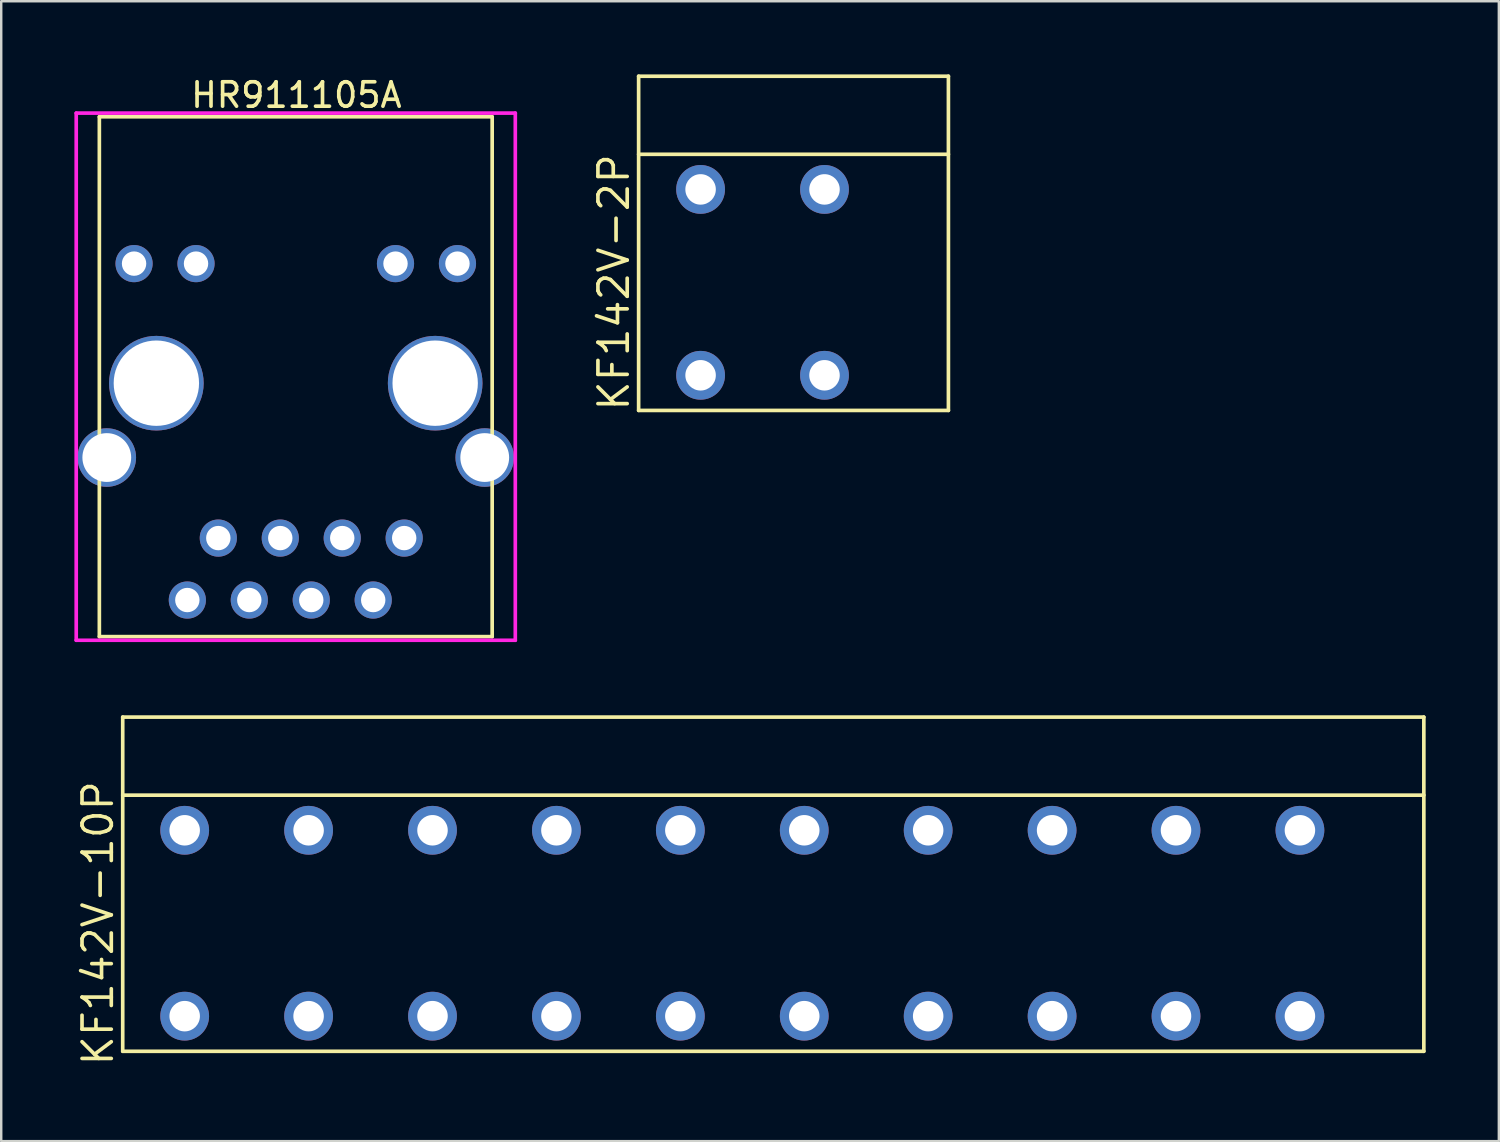
<source format=kicad_pcb>
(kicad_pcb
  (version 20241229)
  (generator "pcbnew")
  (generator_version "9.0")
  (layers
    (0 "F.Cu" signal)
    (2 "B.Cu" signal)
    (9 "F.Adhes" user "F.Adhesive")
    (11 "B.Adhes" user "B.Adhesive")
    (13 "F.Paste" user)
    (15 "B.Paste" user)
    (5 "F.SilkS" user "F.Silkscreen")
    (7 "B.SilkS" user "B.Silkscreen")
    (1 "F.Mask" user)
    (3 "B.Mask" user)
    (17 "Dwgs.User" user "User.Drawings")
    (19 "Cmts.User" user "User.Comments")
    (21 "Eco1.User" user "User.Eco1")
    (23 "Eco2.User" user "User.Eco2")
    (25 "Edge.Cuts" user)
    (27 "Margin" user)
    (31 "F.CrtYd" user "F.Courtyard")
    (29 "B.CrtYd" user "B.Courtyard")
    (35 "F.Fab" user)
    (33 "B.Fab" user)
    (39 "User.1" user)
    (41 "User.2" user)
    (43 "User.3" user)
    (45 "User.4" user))
  (footprint "KF142V-2P"
    (layer "F.Cu")
    (at 28.211 8.525)
    (property "Reference" "KF142V-2P" (at -6.096 0 90) (layer "F.SilkS") (effects (font (size 1.2 1.2) (thickness 0.15))))
    (attr through_hole)
    (fp_line (start -5.08 -8.45) (end -5.08 5.25) (stroke (width 0.15) (type solid)) (layer "F.SilkS"))
    (fp_line (start 7.62 -8.45) (end -5.08 -8.45) (stroke (width 0.15) (type solid)) (layer "F.SilkS"))
    (fp_line (start 7.62 -8.45) (end 7.62 5.25) (stroke (width 0.15) (type solid)) (layer "F.SilkS"))
    (fp_line (start 7.62 -5.25) (end -5.08 -5.25) (stroke (width 0.15) (type solid)) (layer "F.SilkS"))
    (fp_line (start 7.62 5.25) (end -5.08 5.25) (stroke (width 0.15) (type solid)) (layer "F.SilkS"))
    (pad "1" thru_hole circle (at -2.54 3.81) (size 2 2) (drill 1.25) (layers "*.Cu" "*.Mask"))
    (pad "2" thru_hole circle (at -2.54 -3.81) (size 2 2) (drill 1.25) (layers "*.Cu" "*.Mask"))
    (pad "3" thru_hole circle (at 2.54 3.81) (size 2 2) (drill 1.25) (layers "*.Cu" "*.Mask"))
    (pad "4" thru_hole circle (at 2.54 -3.81) (size 2 2) (drill 1.25) (layers "*.Cu" "*.Mask")))
  (footprint "HR911105A"
    (layer "F.Cu")
    (at 9.075 21.549)
    (property "Reference" "HR911105A" (at 0.025 -20.701 0) (layer "F.SilkS") (effects (font (size 1 1) (thickness 0.15))))
    (attr through_hole)
    (fp_line (start -8.052 -19.812) (end -8.052 1.499) (stroke (width 0.15) (type solid)) (layer "F.SilkS"))
    (fp_line (start -8.052 -19.812) (end 8.052 -19.812) (stroke (width 0.15) (type solid)) (layer "F.SilkS"))
    (fp_line (start -8.052 1.499) (end 8.052 1.499) (stroke (width 0.15) (type solid)) (layer "F.SilkS"))
    (fp_line (start 8.052 -19.812) (end 8.052 1.499) (stroke (width 0.15) (type solid)) (layer "F.SilkS"))
    (fp_line (start -9 -19.962) (end -9 1.649) (stroke (width 0.15) (type solid)) (layer "F.CrtYd"))
    (fp_line (start -9 -19.962) (end 9 -19.962) (stroke (width 0.15) (type solid)) (layer "F.CrtYd"))
    (fp_line (start -9 1.649) (end 9 1.649) (stroke (width 0.15) (type solid)) (layer "F.CrtYd"))
    (fp_line (start 9 -19.962) (end 9 1.649) (stroke (width 0.15) (type solid)) (layer "F.CrtYd"))
    (pad "1" thru_hole circle (at 4.445 -2.54) (size 1.524 1.524) (drill 1) (layers "*.Cu" "*.Mask"))
    (pad "2" thru_hole circle (at 3.175 0) (size 1.524 1.524) (drill 1) (layers "*.Cu" "*.Mask"))
    (pad "3" thru_hole circle (at 1.905 -2.54) (size 1.524 1.524) (drill 1) (layers "*.Cu" "*.Mask"))
    (pad "4" thru_hole circle (at 0.635 0) (size 1.524 1.524) (drill 1) (layers "*.Cu" "*.Mask"))
    (pad "5" thru_hole circle (at -0.635 -2.54) (size 1.524 1.524) (drill 1) (layers "*.Cu" "*.Mask"))
    (pad "6" thru_hole circle (at -1.905 0) (size 1.524 1.524) (drill 1) (layers "*.Cu" "*.Mask"))
    (pad "7" thru_hole circle (at -3.175 -2.54) (size 1.524 1.524) (drill 1) (layers "*.Cu" "*.Mask"))
    (pad "8" thru_hole circle (at -4.445 0) (size 1.524 1.524) (drill 1) (layers "*.Cu" "*.Mask"))
    (pad "13" thru_hole circle (at -7.747 -5.842) (size 2.4 2.4) (drill 2) (layers "*.Cu" "*.Mask"))
    (pad "13" thru_hole circle (at -5.715 -8.89) (size 3.88 3.88) (drill 3.5) (layers "*.Cu" "*.Mask"))
    (pad "13" thru_hole circle (at 5.715 -8.89) (size 3.88 3.88) (drill 3.5) (layers "*.Cu" "*.Mask"))
    (pad "13" thru_hole circle (at 7.747 -5.842) (size 2.4 2.4) (drill 2) (layers "*.Cu" "*.Mask"))
    (pad "GA" thru_hole circle (at 6.629 -13.792) (size 1.524 1.524) (drill 1) (layers "*.Cu" "*.Mask"))
    (pad "GK" thru_hole circle (at 4.089 -13.792) (size 1.524 1.524) (drill 1) (layers "*.Cu" "*.Mask"))
    (pad "YA" thru_hole circle (at -6.629 -13.792) (size 1.524 1.524) (drill 1) (layers "*.Cu" "*.Mask"))
    (pad "YK" thru_hole circle (at -4.089 -13.792) (size 1.524 1.524) (drill 1) (layers "*.Cu" "*.Mask")))
  (footprint "KF142V-10P"
    (layer "F.Cu")
    (at 27.381 34.798)
    (property "Reference" "KF142V-10P" (at -26.416 0 90) (layer "F.SilkS") (effects (font (size 1.2 1.2) (thickness 0.15))))
    (attr through_hole)
    (fp_line (start -25.4 -8.45) (end -25.4 5.25) (stroke (width 0.15) (type solid)) (layer "F.SilkS"))
    (fp_line (start -25.4 -8.45) (end 27.94 -8.45) (stroke (width 0.15) (type solid)) (layer "F.SilkS"))
    (fp_line (start -25.4 -5.25) (end 27.94 -5.25) (stroke (width 0.15) (type solid)) (layer "F.SilkS"))
    (fp_line (start -25.4 5.25) (end 27.94 5.25) (stroke (width 0.15) (type solid)) (layer "F.SilkS"))
    (fp_line (start 27.94 -8.45) (end 27.94 5.25) (stroke (width 0.15) (type solid)) (layer "F.SilkS"))
    (pad "1" thru_hole circle (at -22.86 3.81) (size 2 2) (drill 1.25) (layers "*.Cu" "*.Mask"))
    (pad "2" thru_hole circle (at -22.86 -3.81) (size 2 2) (drill 1.25) (layers "*.Cu" "*.Mask"))
    (pad "3" thru_hole circle (at -17.78 3.81) (size 2 2) (drill 1.25) (layers "*.Cu" "*.Mask"))
    (pad "4" thru_hole circle (at -17.78 -3.81) (size 2 2) (drill 1.25) (layers "*.Cu" "*.Mask"))
    (pad "5" thru_hole circle (at -12.7 3.81) (size 2 2) (drill 1.25) (layers "*.Cu" "*.Mask"))
    (pad "6" thru_hole circle (at -12.7 -3.81) (size 2 2) (drill 1.25) (layers "*.Cu" "*.Mask"))
    (pad "7" thru_hole circle (at -7.62 3.81) (size 2 2) (drill 1.25) (layers "*.Cu" "*.Mask"))
    (pad "8" thru_hole circle (at -7.62 -3.81) (size 2 2) (drill 1.25) (layers "*.Cu" "*.Mask"))
    (pad "9" thru_hole circle (at -2.54 3.81) (size 2 2) (drill 1.25) (layers "*.Cu" "*.Mask"))
    (pad "10" thru_hole circle (at -2.54 -3.81) (size 2 2) (drill 1.25) (layers "*.Cu" "*.Mask"))
    (pad "11" thru_hole circle (at 2.54 3.81) (size 2 2) (drill 1.25) (layers "*.Cu" "*.Mask"))
    (pad "12" thru_hole circle (at 2.54 -3.81) (size 2 2) (drill 1.25) (layers "*.Cu" "*.Mask"))
    (pad "13" thru_hole circle (at 7.62 3.81) (size 2 2) (drill 1.25) (layers "*.Cu" "*.Mask"))
    (pad "14" thru_hole circle (at 7.62 -3.81) (size 2 2) (drill 1.25) (layers "*.Cu" "*.Mask"))
    (pad "15" thru_hole circle (at 12.7 3.81) (size 2 2) (drill 1.25) (layers "*.Cu" "*.Mask"))
    (pad "16" thru_hole circle (at 12.7 -3.81) (size 2 2) (drill 1.25) (layers "*.Cu" "*.Mask"))
    (pad "17" thru_hole circle (at 17.78 3.81) (size 2 2) (drill 1.25) (layers "*.Cu" "*.Mask"))
    (pad "18" thru_hole circle (at 17.78 -3.81) (size 2 2) (drill 1.25) (layers "*.Cu" "*.Mask"))
    (pad "19" thru_hole circle (at 22.86 3.81) (size 2 2) (drill 1.25) (layers "*.Cu" "*.Mask"))
    (pad "20" thru_hole circle (at 22.86 -3.81) (size 2 2) (drill 1.25) (layers "*.Cu" "*.Mask")))
  (gr_rect
    (start -3 -3)
    (end 58.396 43.731)
    (stroke (width 0.1) (type default))
    (fill no)
    (layer "Edge.Cuts")))
</source>
